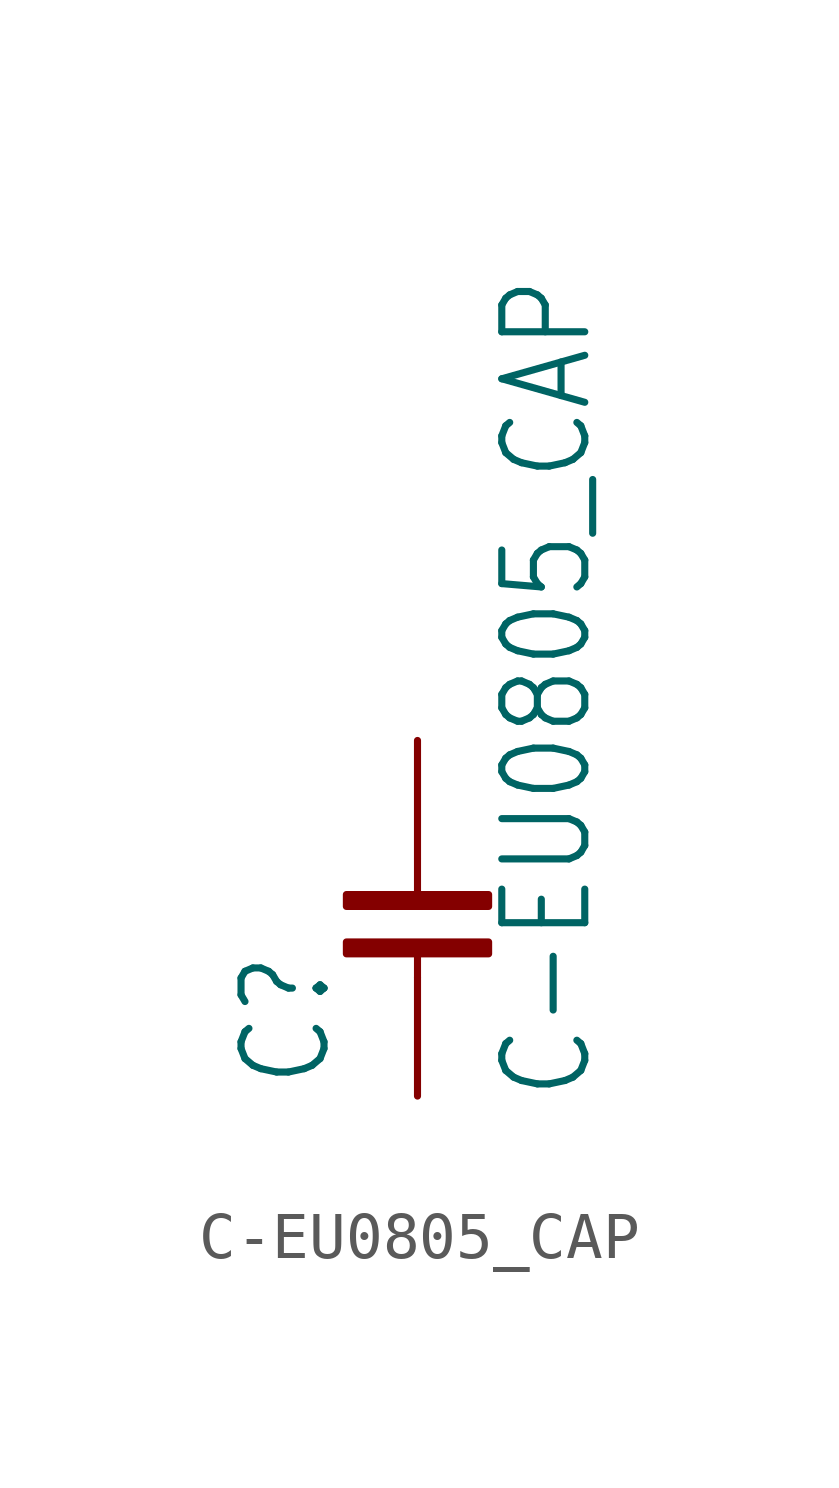
<source format=kicad_sym>
(kicad_symbol_lib
  (version 20211014)
  (generator kicad_symbol_editor)
  (symbol "C-EU0805_CAP"
    (property "Reference" "C"
      (at -1.778 -4.953 90)
      (effects (font (size 1.778 1.511)) (justify left bottom)))
    (property "Value" "C-EU0805_CAP"
      (at 3.81 -5.207 90)
      (effects (font (size 1.778 1.511)) (justify left bottom)))
    (property "ki_locked" ""
      (at 0 0 0)
      (effects (font (size 1.27 1.27))))
    (symbol "C-EU0805_CAP_1_0"
      (rectangle (start -1.524 -2.032) (end 1.524 -1.778) (stroke (width 0) (type default) (color 0 0 0 0)) (fill (type outline)))
      (rectangle (start -1.524 -1.016) (end 1.524 -0.762) (stroke (width 0) (type default) (color 0 0 0 0)) (fill (type outline)))
      (polyline (pts (xy 0 -2.54) (xy 0 -2.032)) (stroke (width 0.152) (type default) (color 0 0 0 0)) (fill (type none)))
      (polyline (pts (xy 0 0) (xy 0 -0.762)) (stroke (width 0.152) (type default) (color 0 0 0 0)) (fill (type none)))
      (pin passive line (at 0 2.54 270) (length 2.54) (name "1" (effects (font (size 0 0)))) (number "1" (effects (font (size 0 0)))))
      (pin passive line (at 0 -5.08 90) (length 2.54) (name "2" (effects (font (size 0 0)))) (number "2" (effects (font (size 0 0))))))))
</source>
